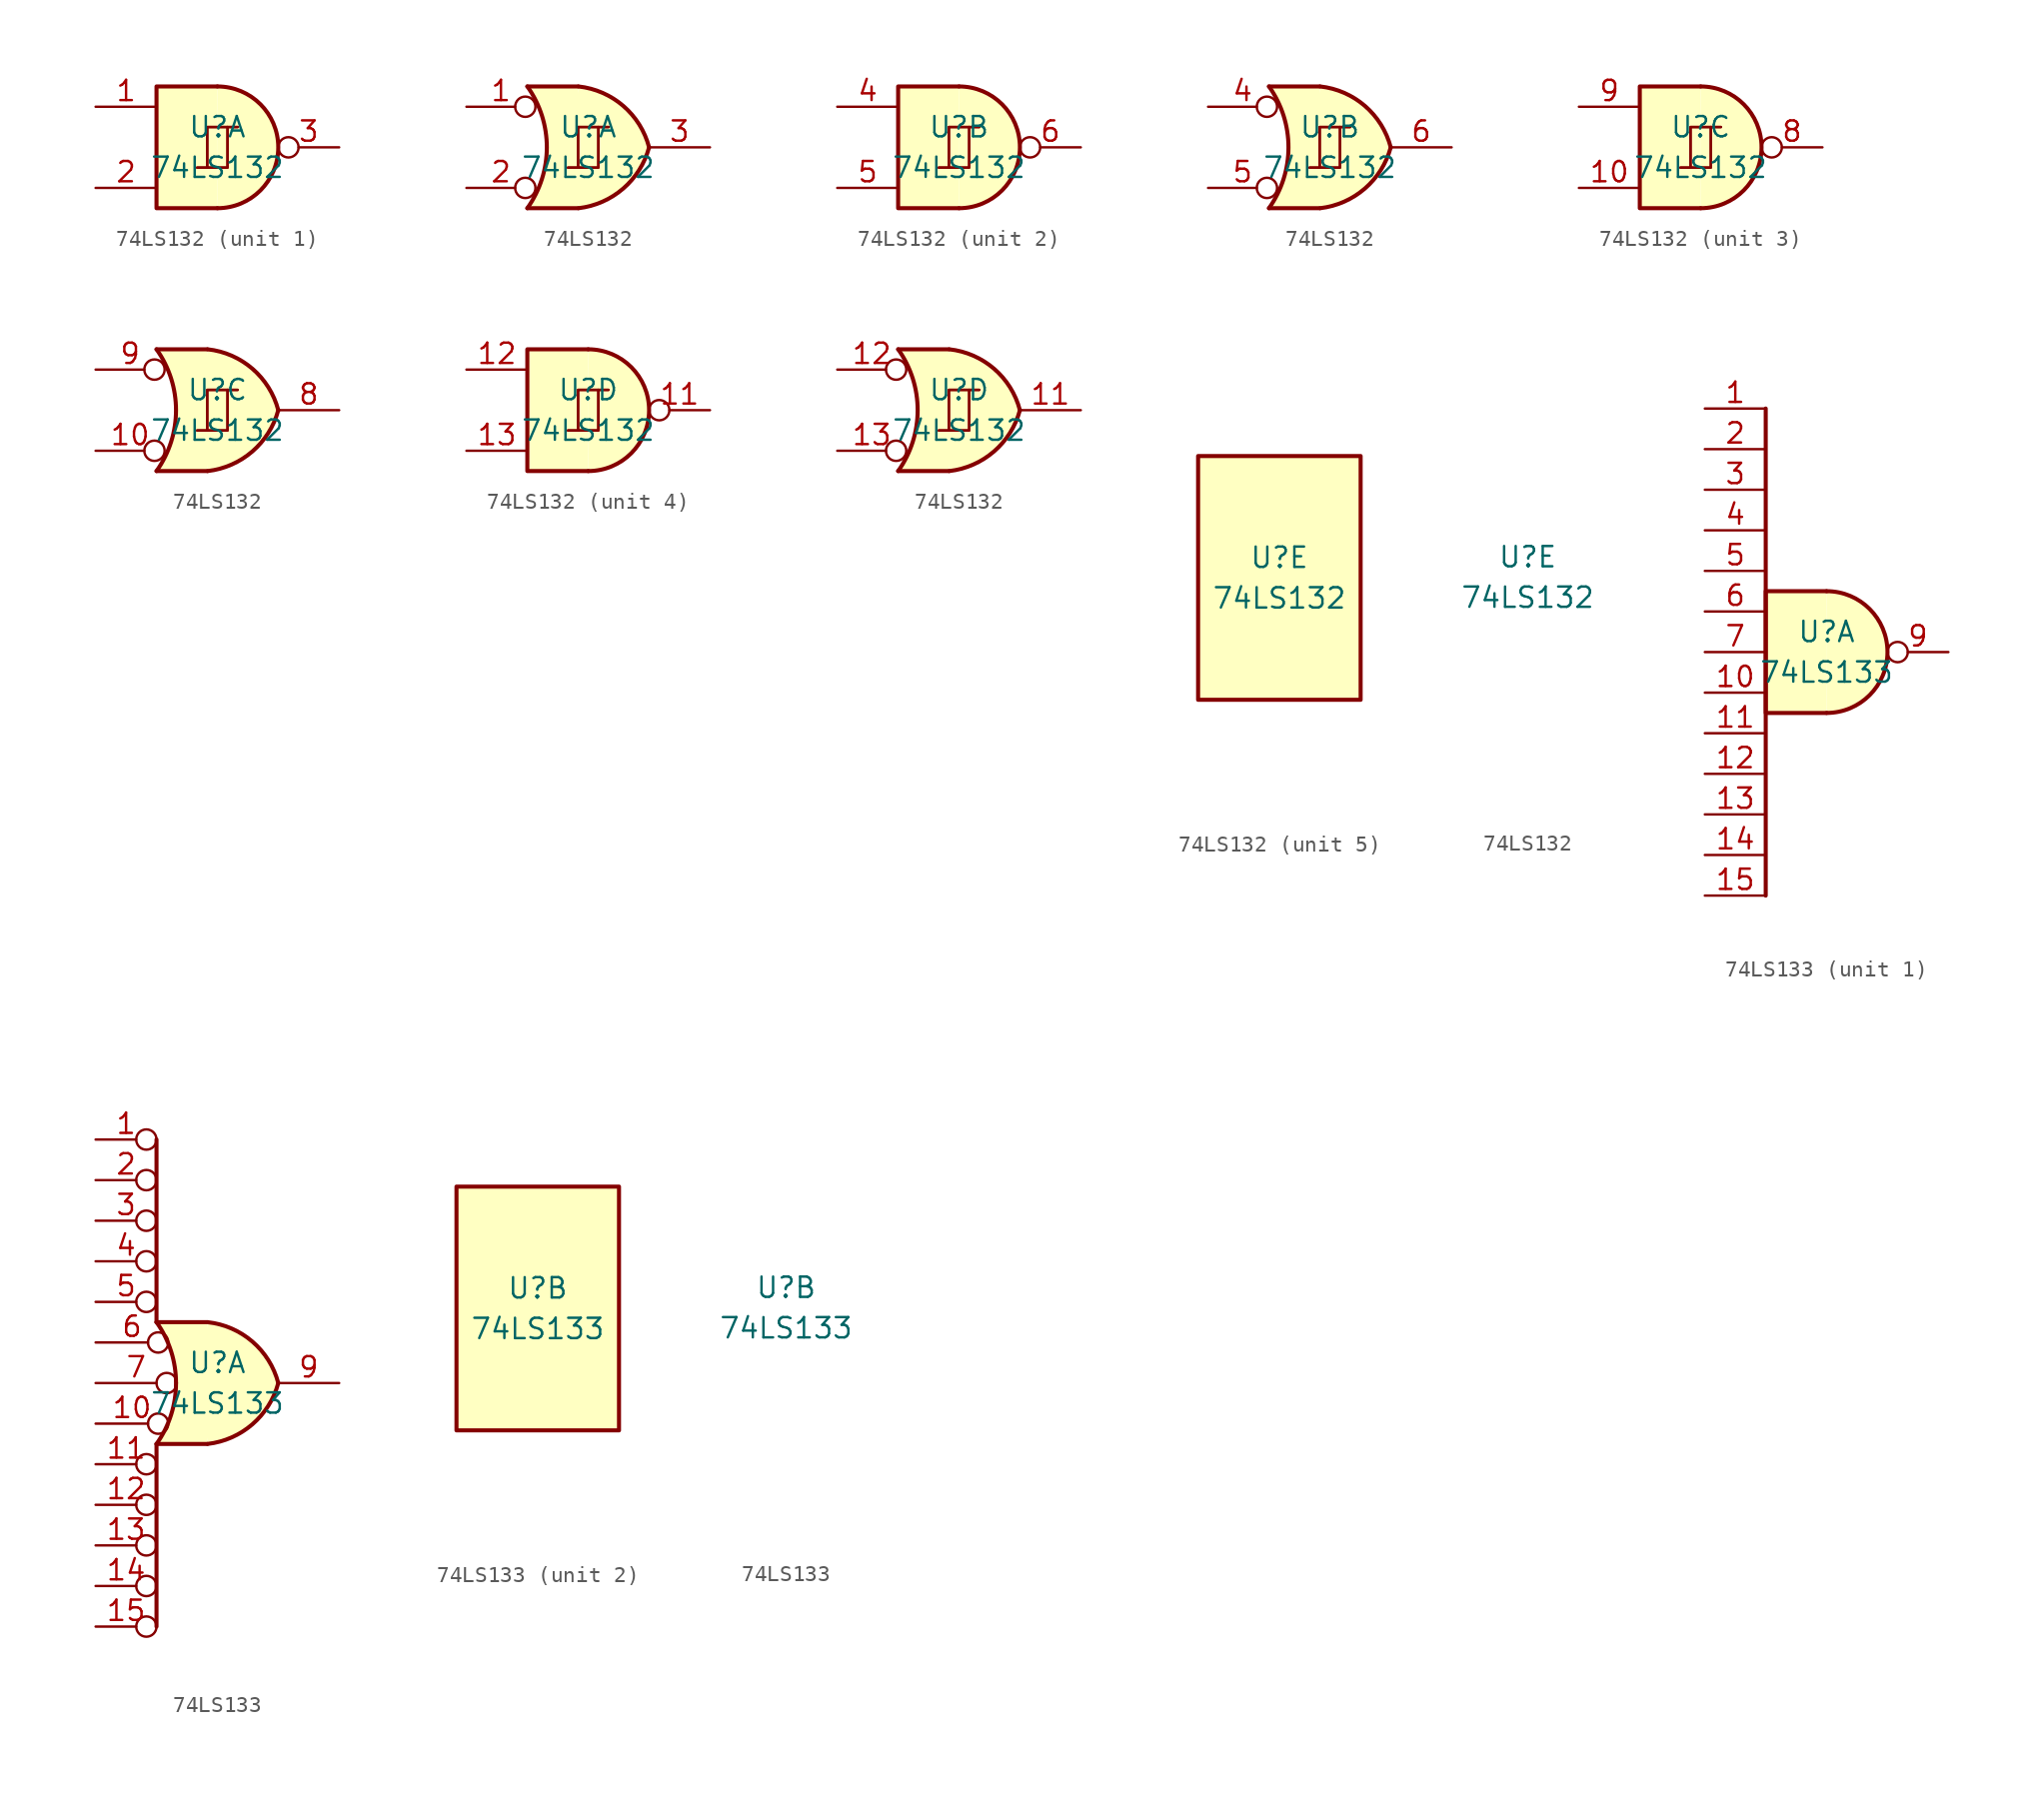
<source format=kicad_sym>
(kicad_symbol_lib
  (version 20211014)
  (generator kicad_symbol_editor)
  (symbol "74LS132"
    (pin_names
      (offset 1.016))
    (property "Reference" "U"
      (at 0 1.27 0)
      (effects (font (size 1.27 1.27))))
    (property "Value" "74LS132"
      (at 0 -1.27 0)
      (effects (font (size 1.27 1.27))))
    (property "ki_locked" ""
      (at 0 0 0)
      (effects (font (size 1.27 1.27))))
    (symbol "74LS132_1_0"
      (polyline (pts (xy -0.635 -1.27) (xy -0.635 1.27) (xy 0.635 1.27)) (stroke (width 0) (type default) (color 0 0 0 0)) (fill (type none)))
      (polyline (pts (xy -0.635 -1.27) (xy -0.635 1.27) (xy 0.635 1.27)) (stroke (width 0) (type default) (color 0 0 0 0)) (fill (type none)))
      (polyline (pts (xy -1.27 -1.27) (xy 0.635 -1.27) (xy 0.635 1.27) (xy 1.27 1.27)) (stroke (width 0) (type default) (color 0 0 0 0)) (fill (type none)))
      (polyline (pts (xy -1.27 -1.27) (xy 0.635 -1.27) (xy 0.635 1.27) (xy 1.27 1.27)) (stroke (width 0) (type default) (color 0 0 0 0)) (fill (type none))))
    (symbol "74LS132_1_1"
      (arc (start 0 -3.81) (mid 3.81 0) (end 0 3.81) (stroke (width 0.254) (type default) (color 0 0 0 0)) (fill (type background)))
      (polyline (pts (xy 0 3.81) (xy -3.81 3.81) (xy -3.81 -3.81) (xy 0 -3.81)) (stroke (width 0.254) (type default) (color 0 0 0 0)) (fill (type background)))
      (pin input line (at -7.62 2.54 0) (length 3.81) (name "~" (effects (font (size 1.27 1.27)))) (number "1" (effects (font (size 1.27 1.27)))))
      (pin input line (at -7.62 -2.54 0) (length 3.81) (name "~" (effects (font (size 1.27 1.27)))) (number "2" (effects (font (size 1.27 1.27)))))
      (pin output inverted (at 7.62 0 180) (length 3.81) (name "~" (effects (font (size 1.27 1.27)))) (number "3" (effects (font (size 1.27 1.27))))))
    (symbol "74LS132_1_2"
      (arc (start -3.81 -3.81) (mid -2.589 0) (end -3.81 3.81) (stroke (width 0.254) (type default) (color 0 0 0 0)) (fill (type none)))
      (arc (start -0.6096 -3.81) (mid 2.1842 -2.5851) (end 3.81 0) (stroke (width 0.254) (type default) (color 0 0 0 0)) (fill (type background)))
      (polyline (pts (xy -3.81 -3.81) (xy -0.635 -3.81)) (stroke (width 0.254) (type default) (color 0 0 0 0)) (fill (type background)))
      (polyline (pts (xy -3.81 3.81) (xy -0.635 3.81)) (stroke (width 0.254) (type default) (color 0 0 0 0)) (fill (type background)))
      (polyline (pts (xy -0.635 3.81) (xy -3.81 3.81) (xy -3.81 3.81) (xy -3.556 3.404) (xy -3.023 2.261) (xy -2.692 1.041) (xy -2.616 -0.254) (xy -2.769 -1.499) (xy -3.175 -2.718) (xy -3.81 -3.81) (xy -3.81 -3.81) (xy -0.635 -3.81)) (stroke (width -25.4) (type default) (color 0 0 0 0)) (fill (type background)))
      (arc (start 3.81 0) (mid 2.1915 2.5936) (end -0.6096 3.81) (stroke (width 0.254) (type default) (color 0 0 0 0)) (fill (type background)))
      (pin input inverted (at -7.62 2.54 0) (length 4.318) (name "~" (effects (font (size 1.27 1.27)))) (number "1" (effects (font (size 1.27 1.27)))))
      (pin input inverted (at -7.62 -2.54 0) (length 4.318) (name "~" (effects (font (size 1.27 1.27)))) (number "2" (effects (font (size 1.27 1.27)))))
      (pin output line (at 7.62 0 180) (length 3.81) (name "~" (effects (font (size 1.27 1.27)))) (number "3" (effects (font (size 1.27 1.27))))))
    (symbol "74LS132_2_0"
      (polyline (pts (xy -0.635 -1.27) (xy -0.635 1.27) (xy 0.635 1.27)) (stroke (width 0) (type default) (color 0 0 0 0)) (fill (type none)))
      (polyline (pts (xy -0.635 -1.27) (xy -0.635 1.27) (xy 0.635 1.27)) (stroke (width 0) (type default) (color 0 0 0 0)) (fill (type none)))
      (polyline (pts (xy -1.27 -1.27) (xy 0.635 -1.27) (xy 0.635 1.27) (xy 1.27 1.27)) (stroke (width 0) (type default) (color 0 0 0 0)) (fill (type none)))
      (polyline (pts (xy -1.27 -1.27) (xy 0.635 -1.27) (xy 0.635 1.27) (xy 1.27 1.27)) (stroke (width 0) (type default) (color 0 0 0 0)) (fill (type none))))
    (symbol "74LS132_2_1"
      (arc (start 0 -3.81) (mid 3.81 0) (end 0 3.81) (stroke (width 0.254) (type default) (color 0 0 0 0)) (fill (type background)))
      (polyline (pts (xy 0 3.81) (xy -3.81 3.81) (xy -3.81 -3.81) (xy 0 -3.81)) (stroke (width 0.254) (type default) (color 0 0 0 0)) (fill (type background)))
      (pin input line (at -7.62 2.54 0) (length 3.81) (name "~" (effects (font (size 1.27 1.27)))) (number "4" (effects (font (size 1.27 1.27)))))
      (pin input line (at -7.62 -2.54 0) (length 3.81) (name "~" (effects (font (size 1.27 1.27)))) (number "5" (effects (font (size 1.27 1.27)))))
      (pin output inverted (at 7.62 0 180) (length 3.81) (name "~" (effects (font (size 1.27 1.27)))) (number "6" (effects (font (size 1.27 1.27))))))
    (symbol "74LS132_2_2"
      (arc (start -3.81 -3.81) (mid -2.589 0) (end -3.81 3.81) (stroke (width 0.254) (type default) (color 0 0 0 0)) (fill (type none)))
      (arc (start -0.6096 -3.81) (mid 2.1842 -2.5851) (end 3.81 0) (stroke (width 0.254) (type default) (color 0 0 0 0)) (fill (type background)))
      (polyline (pts (xy -3.81 -3.81) (xy -0.635 -3.81)) (stroke (width 0.254) (type default) (color 0 0 0 0)) (fill (type background)))
      (polyline (pts (xy -3.81 3.81) (xy -0.635 3.81)) (stroke (width 0.254) (type default) (color 0 0 0 0)) (fill (type background)))
      (polyline (pts (xy -0.635 3.81) (xy -3.81 3.81) (xy -3.81 3.81) (xy -3.556 3.404) (xy -3.023 2.261) (xy -2.692 1.041) (xy -2.616 -0.254) (xy -2.769 -1.499) (xy -3.175 -2.718) (xy -3.81 -3.81) (xy -3.81 -3.81) (xy -0.635 -3.81)) (stroke (width -25.4) (type default) (color 0 0 0 0)) (fill (type background)))
      (arc (start 3.81 0) (mid 2.1915 2.5936) (end -0.6096 3.81) (stroke (width 0.254) (type default) (color 0 0 0 0)) (fill (type background)))
      (pin input inverted (at -7.62 2.54 0) (length 4.318) (name "~" (effects (font (size 1.27 1.27)))) (number "4" (effects (font (size 1.27 1.27)))))
      (pin input inverted (at -7.62 -2.54 0) (length 4.318) (name "~" (effects (font (size 1.27 1.27)))) (number "5" (effects (font (size 1.27 1.27)))))
      (pin output line (at 7.62 0 180) (length 3.81) (name "~" (effects (font (size 1.27 1.27)))) (number "6" (effects (font (size 1.27 1.27))))))
    (symbol "74LS132_3_0"
      (polyline (pts (xy -0.635 -1.27) (xy -0.635 1.27) (xy 0.635 1.27)) (stroke (width 0) (type default) (color 0 0 0 0)) (fill (type none)))
      (polyline (pts (xy -0.635 -1.27) (xy -0.635 1.27) (xy 0.635 1.27)) (stroke (width 0) (type default) (color 0 0 0 0)) (fill (type none)))
      (polyline (pts (xy -1.27 -1.27) (xy 0.635 -1.27) (xy 0.635 1.27) (xy 1.27 1.27)) (stroke (width 0) (type default) (color 0 0 0 0)) (fill (type none)))
      (polyline (pts (xy -1.27 -1.27) (xy 0.635 -1.27) (xy 0.635 1.27) (xy 1.27 1.27)) (stroke (width 0) (type default) (color 0 0 0 0)) (fill (type none))))
    (symbol "74LS132_3_1"
      (arc (start 0 -3.81) (mid 3.81 0) (end 0 3.81) (stroke (width 0.254) (type default) (color 0 0 0 0)) (fill (type background)))
      (polyline (pts (xy 0 3.81) (xy -3.81 3.81) (xy -3.81 -3.81) (xy 0 -3.81)) (stroke (width 0.254) (type default) (color 0 0 0 0)) (fill (type background)))
      (pin input line (at -7.62 -2.54 0) (length 3.81) (name "~" (effects (font (size 1.27 1.27)))) (number "10" (effects (font (size 1.27 1.27)))))
      (pin output inverted (at 7.62 0 180) (length 3.81) (name "~" (effects (font (size 1.27 1.27)))) (number "8" (effects (font (size 1.27 1.27)))))
      (pin input line (at -7.62 2.54 0) (length 3.81) (name "~" (effects (font (size 1.27 1.27)))) (number "9" (effects (font (size 1.27 1.27))))))
    (symbol "74LS132_3_2"
      (arc (start -3.81 -3.81) (mid -2.589 0) (end -3.81 3.81) (stroke (width 0.254) (type default) (color 0 0 0 0)) (fill (type none)))
      (arc (start -0.6096 -3.81) (mid 2.1842 -2.5851) (end 3.81 0) (stroke (width 0.254) (type default) (color 0 0 0 0)) (fill (type background)))
      (polyline (pts (xy -3.81 -3.81) (xy -0.635 -3.81)) (stroke (width 0.254) (type default) (color 0 0 0 0)) (fill (type background)))
      (polyline (pts (xy -3.81 3.81) (xy -0.635 3.81)) (stroke (width 0.254) (type default) (color 0 0 0 0)) (fill (type background)))
      (polyline (pts (xy -0.635 3.81) (xy -3.81 3.81) (xy -3.81 3.81) (xy -3.556 3.404) (xy -3.023 2.261) (xy -2.692 1.041) (xy -2.616 -0.254) (xy -2.769 -1.499) (xy -3.175 -2.718) (xy -3.81 -3.81) (xy -3.81 -3.81) (xy -0.635 -3.81)) (stroke (width -25.4) (type default) (color 0 0 0 0)) (fill (type background)))
      (arc (start 3.81 0) (mid 2.1915 2.5936) (end -0.6096 3.81) (stroke (width 0.254) (type default) (color 0 0 0 0)) (fill (type background)))
      (pin input inverted (at -7.62 -2.54 0) (length 4.318) (name "~" (effects (font (size 1.27 1.27)))) (number "10" (effects (font (size 1.27 1.27)))))
      (pin output line (at 7.62 0 180) (length 3.81) (name "~" (effects (font (size 1.27 1.27)))) (number "8" (effects (font (size 1.27 1.27)))))
      (pin input inverted (at -7.62 2.54 0) (length 4.318) (name "~" (effects (font (size 1.27 1.27)))) (number "9" (effects (font (size 1.27 1.27))))))
    (symbol "74LS132_4_0"
      (polyline (pts (xy -0.635 -1.27) (xy -0.635 1.27) (xy 0.635 1.27)) (stroke (width 0) (type default) (color 0 0 0 0)) (fill (type none)))
      (polyline (pts (xy -0.635 -1.27) (xy -0.635 1.27) (xy 0.635 1.27)) (stroke (width 0) (type default) (color 0 0 0 0)) (fill (type none)))
      (polyline (pts (xy -1.27 -1.27) (xy 0.635 -1.27) (xy 0.635 1.27) (xy 1.27 1.27)) (stroke (width 0) (type default) (color 0 0 0 0)) (fill (type none)))
      (polyline (pts (xy -1.27 -1.27) (xy 0.635 -1.27) (xy 0.635 1.27) (xy 1.27 1.27)) (stroke (width 0) (type default) (color 0 0 0 0)) (fill (type none))))
    (symbol "74LS132_4_1"
      (arc (start 0 -3.81) (mid 3.81 0) (end 0 3.81) (stroke (width 0.254) (type default) (color 0 0 0 0)) (fill (type background)))
      (polyline (pts (xy 0 3.81) (xy -3.81 3.81) (xy -3.81 -3.81) (xy 0 -3.81)) (stroke (width 0.254) (type default) (color 0 0 0 0)) (fill (type background)))
      (pin output inverted (at 7.62 0 180) (length 3.81) (name "~" (effects (font (size 1.27 1.27)))) (number "11" (effects (font (size 1.27 1.27)))))
      (pin input line (at -7.62 2.54 0) (length 3.81) (name "~" (effects (font (size 1.27 1.27)))) (number "12" (effects (font (size 1.27 1.27)))))
      (pin input line (at -7.62 -2.54 0) (length 3.81) (name "~" (effects (font (size 1.27 1.27)))) (number "13" (effects (font (size 1.27 1.27))))))
    (symbol "74LS132_4_2"
      (arc (start -3.81 -3.81) (mid -2.589 0) (end -3.81 3.81) (stroke (width 0.254) (type default) (color 0 0 0 0)) (fill (type none)))
      (arc (start -0.6096 -3.81) (mid 2.1842 -2.5851) (end 3.81 0) (stroke (width 0.254) (type default) (color 0 0 0 0)) (fill (type background)))
      (polyline (pts (xy -3.81 -3.81) (xy -0.635 -3.81)) (stroke (width 0.254) (type default) (color 0 0 0 0)) (fill (type background)))
      (polyline (pts (xy -3.81 3.81) (xy -0.635 3.81)) (stroke (width 0.254) (type default) (color 0 0 0 0)) (fill (type background)))
      (polyline (pts (xy -0.635 3.81) (xy -3.81 3.81) (xy -3.81 3.81) (xy -3.556 3.404) (xy -3.023 2.261) (xy -2.692 1.041) (xy -2.616 -0.254) (xy -2.769 -1.499) (xy -3.175 -2.718) (xy -3.81 -3.81) (xy -3.81 -3.81) (xy -0.635 -3.81)) (stroke (width -25.4) (type default) (color 0 0 0 0)) (fill (type background)))
      (arc (start 3.81 0) (mid 2.1915 2.5936) (end -0.6096 3.81) (stroke (width 0.254) (type default) (color 0 0 0 0)) (fill (type background)))
      (pin output line (at 7.62 0 180) (length 3.81) (name "~" (effects (font (size 1.27 1.27)))) (number "11" (effects (font (size 1.27 1.27)))))
      (pin input inverted (at -7.62 2.54 0) (length 4.318) (name "~" (effects (font (size 1.27 1.27)))) (number "12" (effects (font (size 1.27 1.27)))))
      (pin input inverted (at -7.62 -2.54 0) (length 4.318) (name "~" (effects (font (size 1.27 1.27)))) (number "13" (effects (font (size 1.27 1.27))))))
    (symbol "74LS132_5_0"
      (pin input line (at 0 12.7 270) (length 5.08) hide (name "VCC" (effects (font (size 1.27 1.27)))) (number "14" (effects (font (size 1.27 1.27)))))
      (pin input line (at 0 -12.7 90) (length 5.08) hide (name "GND" (effects (font (size 1.27 1.27)))) (number "7" (effects (font (size 1.27 1.27))))))
    (symbol "74LS132_5_1"
      (rectangle (start -5.08 7.62) (end 5.08 -7.62) (stroke (width 0.254) (type default) (color 0 0 0 0)) (fill (type background)))))
  (symbol "74LS133"
    (pin_names
      (offset 1.016))
    (property "Reference" "U"
      (at 0 1.27 0)
      (effects (font (size 1.27 1.27))))
    (property "Value" "74LS133"
      (at 0 -1.27 0)
      (effects (font (size 1.27 1.27))))
    (property "ki_locked" ""
      (at 0 0 0)
      (effects (font (size 1.27 1.27))))
    (symbol "74LS133_1_1"
      (arc (start 0 -3.81) (mid 3.81 0) (end 0 3.81) (stroke (width 0.254) (type default) (color 0 0 0 0)) (fill (type background)))
      (polyline (pts (xy -3.81 15.24) (xy -3.81 -15.24)) (stroke (width 0.254) (type default) (color 0 0 0 0)) (fill (type none)))
      (polyline (pts (xy 0 3.81) (xy -3.81 3.81) (xy -3.81 -3.81) (xy 0 -3.81)) (stroke (width 0.254) (type default) (color 0 0 0 0)) (fill (type background)))
      (pin input line (at -7.62 15.24 0) (length 3.81) (name "~" (effects (font (size 1.27 1.27)))) (number "1" (effects (font (size 1.27 1.27)))))
      (pin input line (at -7.62 -2.54 0) (length 3.81) (name "~" (effects (font (size 1.27 1.27)))) (number "10" (effects (font (size 1.27 1.27)))))
      (pin input line (at -7.62 -5.08 0) (length 3.81) (name "~" (effects (font (size 1.27 1.27)))) (number "11" (effects (font (size 1.27 1.27)))))
      (pin input line (at -7.62 -7.62 0) (length 3.81) (name "~" (effects (font (size 1.27 1.27)))) (number "12" (effects (font (size 1.27 1.27)))))
      (pin input line (at -7.62 -10.16 0) (length 3.81) (name "~" (effects (font (size 1.27 1.27)))) (number "13" (effects (font (size 1.27 1.27)))))
      (pin input line (at -7.62 -12.7 0) (length 3.81) (name "~" (effects (font (size 1.27 1.27)))) (number "14" (effects (font (size 1.27 1.27)))))
      (pin input line (at -7.62 -15.24 0) (length 3.81) (name "~" (effects (font (size 1.27 1.27)))) (number "15" (effects (font (size 1.27 1.27)))))
      (pin input line (at -7.62 12.7 0) (length 3.81) (name "~" (effects (font (size 1.27 1.27)))) (number "2" (effects (font (size 1.27 1.27)))))
      (pin input line (at -7.62 10.16 0) (length 3.81) (name "~" (effects (font (size 1.27 1.27)))) (number "3" (effects (font (size 1.27 1.27)))))
      (pin input line (at -7.62 7.62 0) (length 3.81) (name "~" (effects (font (size 1.27 1.27)))) (number "4" (effects (font (size 1.27 1.27)))))
      (pin input line (at -7.62 5.08 0) (length 3.81) (name "~" (effects (font (size 1.27 1.27)))) (number "5" (effects (font (size 1.27 1.27)))))
      (pin input line (at -7.62 2.54 0) (length 3.81) (name "~" (effects (font (size 1.27 1.27)))) (number "6" (effects (font (size 1.27 1.27)))))
      (pin input line (at -7.62 0 0) (length 3.81) (name "~" (effects (font (size 1.27 1.27)))) (number "7" (effects (font (size 1.27 1.27)))))
      (pin output inverted (at 7.62 0 180) (length 3.81) (name "~" (effects (font (size 1.27 1.27)))) (number "9" (effects (font (size 1.27 1.27))))))
    (symbol "74LS133_1_2"
      (arc (start -3.81 -3.81) (mid -2.589 0) (end -3.81 3.81) (stroke (width 0.254) (type default) (color 0 0 0 0)) (fill (type none)))
      (arc (start -0.6096 -3.81) (mid 2.1842 -2.5851) (end 3.81 0) (stroke (width 0.254) (type default) (color 0 0 0 0)) (fill (type background)))
      (polyline (pts (xy -3.81 -3.81) (xy -3.81 -15.24)) (stroke (width 0.254) (type default) (color 0 0 0 0)) (fill (type none)))
      (polyline (pts (xy -3.81 -3.81) (xy -0.635 -3.81)) (stroke (width 0.254) (type default) (color 0 0 0 0)) (fill (type background)))
      (polyline (pts (xy -3.81 3.81) (xy -0.635 3.81)) (stroke (width 0.254) (type default) (color 0 0 0 0)) (fill (type background)))
      (polyline (pts (xy -3.81 15.24) (xy -3.81 3.81)) (stroke (width 0.254) (type default) (color 0 0 0 0)) (fill (type none)))
      (polyline (pts (xy -0.635 3.81) (xy -3.81 3.81) (xy -3.81 3.81) (xy -3.556 3.404) (xy -3.023 2.261) (xy -2.692 1.041) (xy -2.616 -0.254) (xy -2.769 -1.499) (xy -3.175 -2.718) (xy -3.81 -3.81) (xy -3.81 -3.81) (xy -0.635 -3.81)) (stroke (width -25.4) (type default) (color 0 0 0 0)) (fill (type background)))
      (arc (start 3.81 0) (mid 2.1915 2.5936) (end -0.6096 3.81) (stroke (width 0.254) (type default) (color 0 0 0 0)) (fill (type background)))
      (pin input inverted (at -7.62 15.24 0) (length 3.81) (name "~" (effects (font (size 1.27 1.27)))) (number "1" (effects (font (size 1.27 1.27)))))
      (pin input inverted (at -7.62 -2.54 0) (length 4.547) (name "~" (effects (font (size 1.27 1.27)))) (number "10" (effects (font (size 1.27 1.27)))))
      (pin input inverted (at -7.62 -5.08 0) (length 3.81) (name "~" (effects (font (size 1.27 1.27)))) (number "11" (effects (font (size 1.27 1.27)))))
      (pin input inverted (at -7.62 -7.62 0) (length 3.81) (name "~" (effects (font (size 1.27 1.27)))) (number "12" (effects (font (size 1.27 1.27)))))
      (pin input inverted (at -7.62 -10.16 0) (length 3.81) (name "~" (effects (font (size 1.27 1.27)))) (number "13" (effects (font (size 1.27 1.27)))))
      (pin input inverted (at -7.62 -12.7 0) (length 3.81) (name "~" (effects (font (size 1.27 1.27)))) (number "14" (effects (font (size 1.27 1.27)))))
      (pin input inverted (at -7.62 -15.24 0) (length 3.81) (name "~" (effects (font (size 1.27 1.27)))) (number "15" (effects (font (size 1.27 1.27)))))
      (pin input inverted (at -7.62 12.7 0) (length 3.81) (name "~" (effects (font (size 1.27 1.27)))) (number "2" (effects (font (size 1.27 1.27)))))
      (pin input inverted (at -7.62 10.16 0) (length 3.81) (name "~" (effects (font (size 1.27 1.27)))) (number "3" (effects (font (size 1.27 1.27)))))
      (pin input inverted (at -7.62 7.62 0) (length 3.81) (name "~" (effects (font (size 1.27 1.27)))) (number "4" (effects (font (size 1.27 1.27)))))
      (pin input inverted (at -7.62 5.08 0) (length 3.81) (name "~" (effects (font (size 1.27 1.27)))) (number "5" (effects (font (size 1.27 1.27)))))
      (pin input inverted (at -7.62 2.54 0) (length 4.547) (name "~" (effects (font (size 1.27 1.27)))) (number "6" (effects (font (size 1.27 1.27)))))
      (pin input inverted (at -7.62 0 0) (length 5.08) (name "~" (effects (font (size 1.27 1.27)))) (number "7" (effects (font (size 1.27 1.27)))))
      (pin output line (at 7.62 0 180) (length 3.81) (name "~" (effects (font (size 1.27 1.27)))) (number "9" (effects (font (size 1.27 1.27))))))
    (symbol "74LS133_2_0"
      (pin input line (at 0 12.7 270) (length 5.08) hide (name "VCC" (effects (font (size 1.27 1.27)))) (number "16" (effects (font (size 1.27 1.27)))))
      (pin input line (at 0 -12.7 90) (length 5.08) hide (name "GND" (effects (font (size 1.27 1.27)))) (number "8" (effects (font (size 1.27 1.27))))))
    (symbol "74LS133_2_1"
      (rectangle (start -5.08 7.62) (end 5.08 -7.62) (stroke (width 0.254) (type default) (color 0 0 0 0)) (fill (type background))))))
</source>
